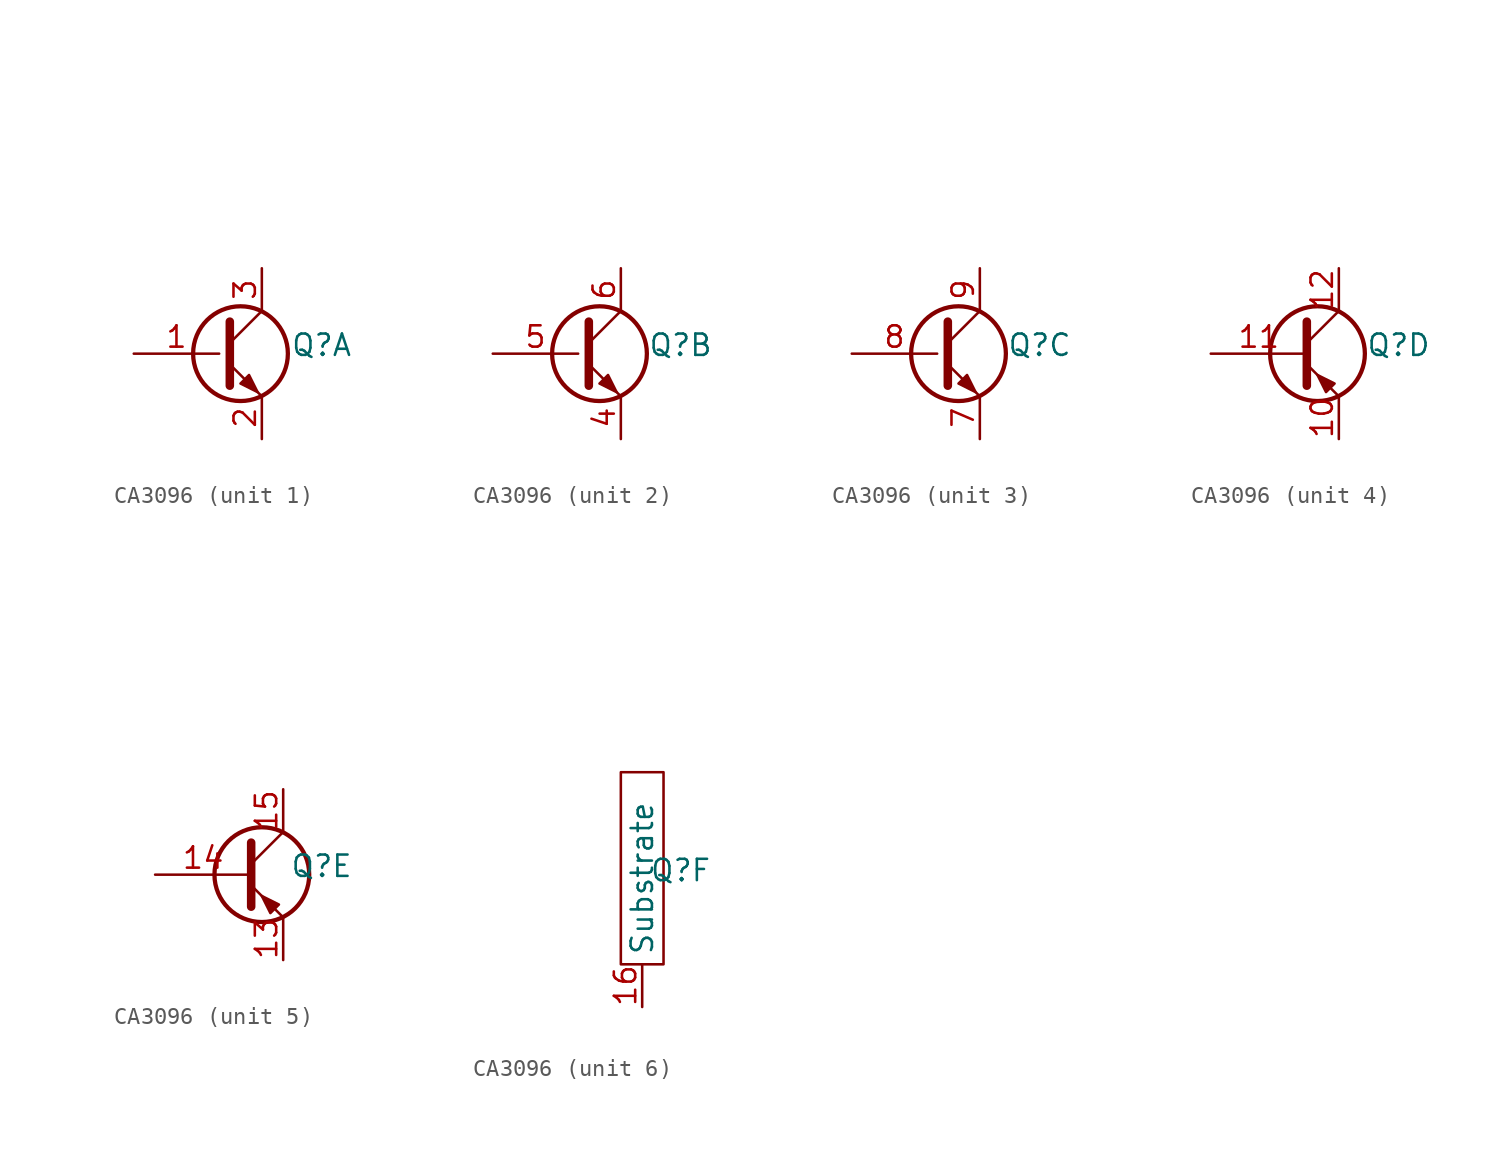
<source format=kicad_sym>
(kicad_symbol_lib
  (version 20231120)
  (generator "kicad_symbol_editor")
  (generator_version "8.0")
  (symbol "CA3096"
    (property "Reference" "Q"
      (at 3.556 0.508 0)
      (effects (font (size 1.27 1.27))))
    (property "Value" ""
      (at -9.906 14.732 0)
      (effects (font (size 1.27 1.27))))
    (property "ki_locked" ""
      (at 0 0 0)
      (effects (font (size 1.27 1.27))))
    (symbol "CA3096_1_1"
      (circle (center -1.27 0) (radius 2.819) (stroke (width 0.254) (type default)) (fill (type none)))
      (polyline (pts (xy -1.905 0.635) (xy 0 2.54)) (stroke (width 0) (type default)) (fill (type none)))
      (polyline (pts (xy -1.905 -0.635) (xy 0 -2.54) (xy 0 -2.54)) (stroke (width 0) (type default)) (fill (type none)))
      (polyline (pts (xy -1.905 1.905) (xy -1.905 -1.905) (xy -1.905 -1.905)) (stroke (width 0.508) (type default)) (fill (type none)))
      (polyline (pts (xy -1.27 -1.778) (xy -0.762 -1.27) (xy -0.254 -2.286) (xy -1.27 -1.778) (xy -1.27 -1.778)) (stroke (width 0) (type default)) (fill (type outline)))
      (pin input line (at -7.62 0 0) (length 5.08) (name "~" (effects (font (size 1.27 1.27)))) (number "1" (effects (font (size 1.27 1.27)))))
      (pin passive line (at 0 -5.08 90) (length 2.54) (name "~" (effects (font (size 1.27 1.27)))) (number "2" (effects (font (size 1.27 1.27)))))
      (pin passive line (at 0 5.08 270) (length 2.54) (name "~" (effects (font (size 1.27 1.27)))) (number "3" (effects (font (size 1.27 1.27))))))
    (symbol "CA3096_2_1"
      (circle (center -1.27 0) (radius 2.819) (stroke (width 0.254) (type default)) (fill (type none)))
      (polyline (pts (xy -1.905 0.635) (xy 0 2.54)) (stroke (width 0) (type default)) (fill (type none)))
      (polyline (pts (xy -1.905 -0.635) (xy 0 -2.54) (xy 0 -2.54)) (stroke (width 0) (type default)) (fill (type none)))
      (polyline (pts (xy -1.905 1.905) (xy -1.905 -1.905) (xy -1.905 -1.905)) (stroke (width 0.508) (type default)) (fill (type none)))
      (polyline (pts (xy -1.27 -1.778) (xy -0.762 -1.27) (xy -0.254 -2.286) (xy -1.27 -1.778) (xy -1.27 -1.778)) (stroke (width 0) (type default)) (fill (type outline)))
      (pin passive line (at 0 -5.08 90) (length 2.54) (name "~" (effects (font (size 1.27 1.27)))) (number "4" (effects (font (size 1.27 1.27)))))
      (pin input line (at -7.62 0 0) (length 5.08) (name "~" (effects (font (size 1.27 1.27)))) (number "5" (effects (font (size 1.27 1.27)))))
      (pin passive line (at 0 5.08 270) (length 2.54) (name "~" (effects (font (size 1.27 1.27)))) (number "6" (effects (font (size 1.27 1.27))))))
    (symbol "CA3096_3_1"
      (circle (center -1.27 0) (radius 2.819) (stroke (width 0.254) (type default)) (fill (type none)))
      (polyline (pts (xy -1.905 0.635) (xy 0 2.54)) (stroke (width 0) (type default)) (fill (type none)))
      (polyline (pts (xy -1.905 -0.635) (xy 0 -2.54) (xy 0 -2.54)) (stroke (width 0) (type default)) (fill (type none)))
      (polyline (pts (xy -1.905 1.905) (xy -1.905 -1.905) (xy -1.905 -1.905)) (stroke (width 0.508) (type default)) (fill (type none)))
      (polyline (pts (xy -1.27 -1.778) (xy -0.762 -1.27) (xy -0.254 -2.286) (xy -1.27 -1.778) (xy -1.27 -1.778)) (stroke (width 0) (type default)) (fill (type outline)))
      (pin passive line (at 0 -5.08 90) (length 2.54) (name "~" (effects (font (size 1.27 1.27)))) (number "7" (effects (font (size 1.27 1.27)))))
      (pin input line (at -7.62 0 0) (length 5.08) (name "~" (effects (font (size 1.27 1.27)))) (number "8" (effects (font (size 1.27 1.27)))))
      (pin passive line (at 0 5.08 270) (length 2.54) (name "~" (effects (font (size 1.27 1.27)))) (number "9" (effects (font (size 1.27 1.27))))))
    (symbol "CA3096_4_1"
      (circle (center -1.27 0) (radius 2.819) (stroke (width 0.254) (type default)) (fill (type none)))
      (polyline (pts (xy -1.905 0.635) (xy 0 2.54)) (stroke (width 0) (type default)) (fill (type none)))
      (polyline (pts (xy -1.905 -0.635) (xy 0 -2.54) (xy 0 -2.54)) (stroke (width 0) (type default)) (fill (type none)))
      (polyline (pts (xy -1.905 1.905) (xy -1.905 -1.905) (xy -1.905 -1.905)) (stroke (width 0.508) (type default)) (fill (type none)))
      (polyline (pts (xy -0.254 -1.778) (xy -0.762 -2.286) (xy -1.27 -1.27) (xy -0.254 -1.778) (xy -0.254 -1.778)) (stroke (width 0) (type default)) (fill (type outline)))
      (pin passive line (at 0 -5.08 90) (length 2.54) (name "~" (effects (font (size 1.27 1.27)))) (number "10" (effects (font (size 1.27 1.27)))))
      (pin input line (at -7.62 0 0) (length 5.715) (name "~" (effects (font (size 1.27 1.27)))) (number "11" (effects (font (size 1.27 1.27)))))
      (pin passive line (at 0 5.08 270) (length 2.54) (name "~" (effects (font (size 1.27 1.27)))) (number "12" (effects (font (size 1.27 1.27))))))
    (symbol "CA3096_5_1"
      (polyline (pts (xy -0.635 0.635) (xy 1.27 2.54)) (stroke (width 0) (type default)) (fill (type none)))
      (polyline (pts (xy -0.635 -0.635) (xy 1.27 -2.54) (xy 1.27 -2.54)) (stroke (width 0) (type default)) (fill (type none)))
      (polyline (pts (xy -0.635 1.905) (xy -0.635 -1.905) (xy -0.635 -1.905)) (stroke (width 0.508) (type default)) (fill (type none)))
      (polyline (pts (xy 1.016 -1.778) (xy 0.508 -2.286) (xy 0 -1.27) (xy 1.016 -1.778) (xy 1.016 -1.778)) (stroke (width 0) (type default)) (fill (type outline)))
      (circle (center 0 0) (radius 2.819) (stroke (width 0.254) (type default)) (fill (type none)))
      (pin passive line (at 1.27 -5.08 90) (length 2.54) (name "~" (effects (font (size 1.27 1.27)))) (number "13" (effects (font (size 1.27 1.27)))))
      (pin input line (at -6.35 0 0) (length 5.715) (name "~" (effects (font (size 1.27 1.27)))) (number "14" (effects (font (size 1.27 1.27)))))
      (pin passive line (at 1.27 5.08 270) (length 2.54) (name "~" (effects (font (size 1.27 1.27)))) (number "15" (effects (font (size 1.27 1.27))))))
    (symbol "CA3096_6_1"
      (rectangle (start 0 6.35) (end 2.54 -5.08) (stroke (width 0) (type default)) (fill (type none)))
      (pin passive line (at 1.27 -7.62 90) (length 2.54) (name "Substrate" (effects (font (size 1.27 1.27)))) (number "16" (effects (font (size 1.27 1.27))))))))
</source>
